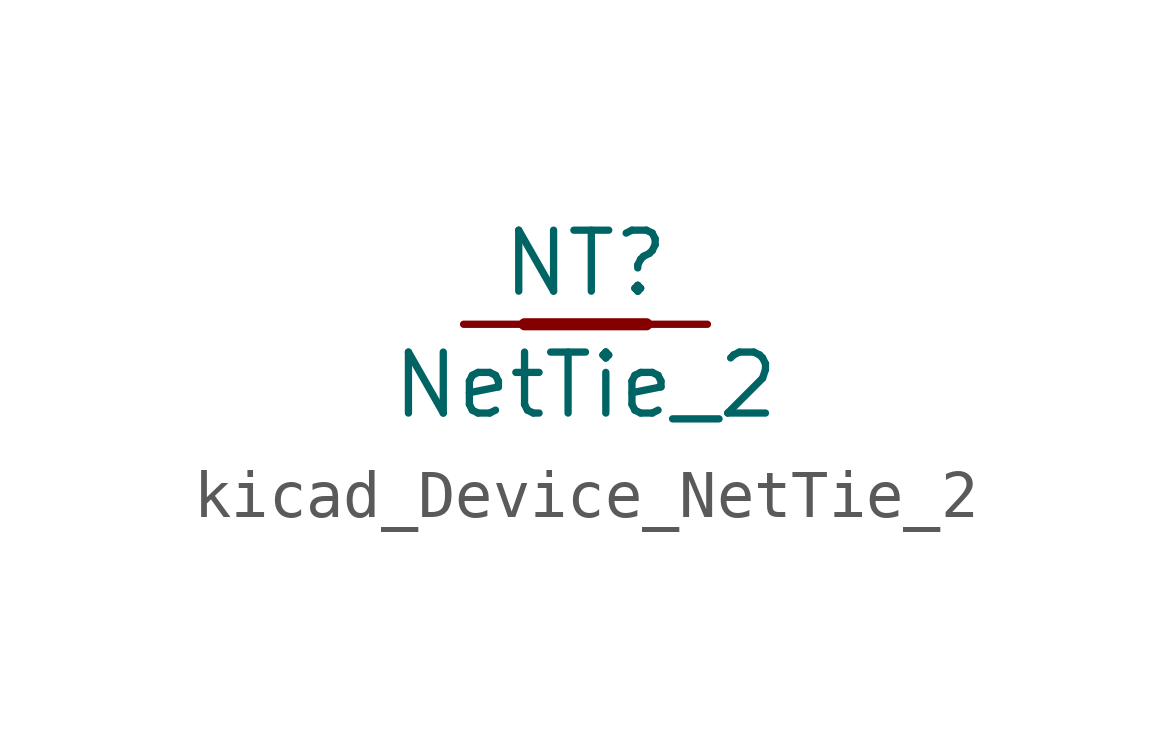
<source format=kicad_sym>
(kicad_symbol_lib
  (version 20220914)
  (generator kicad_symbol_editor)
  (symbol "kicad_Device_NetTie_2"
    (pin_numbers hide)
    (pin_names
      (offset 0) hide)
    (property "Reference" "NT"
      (at 0 1.27 0)
      (effects (font (size 1.27 1.27))))
    (property "Value" "NetTie_2"
      (at 0 -1.27 0)
      (effects (font (size 1.27 1.27))))
    (symbol "kicad_Device_NetTie_2_0_1"
      (polyline (pts (xy -1.27 0) (xy 1.27 0)) (stroke (width 0.254) (type default)) (fill (type none))))
    (symbol "kicad_Device_NetTie_2_1_1"
      (pin passive line (at -2.54 0 0) (length 2.54) (name "1" (effects (font (size 1.27 1.27)))) (number "1" (effects (font (size 1.27 1.27)))))
      (pin passive line (at 2.54 0 180) (length 2.54) (name "2" (effects (font (size 1.27 1.27)))) (number "2" (effects (font (size 1.27 1.27))))))))
</source>
